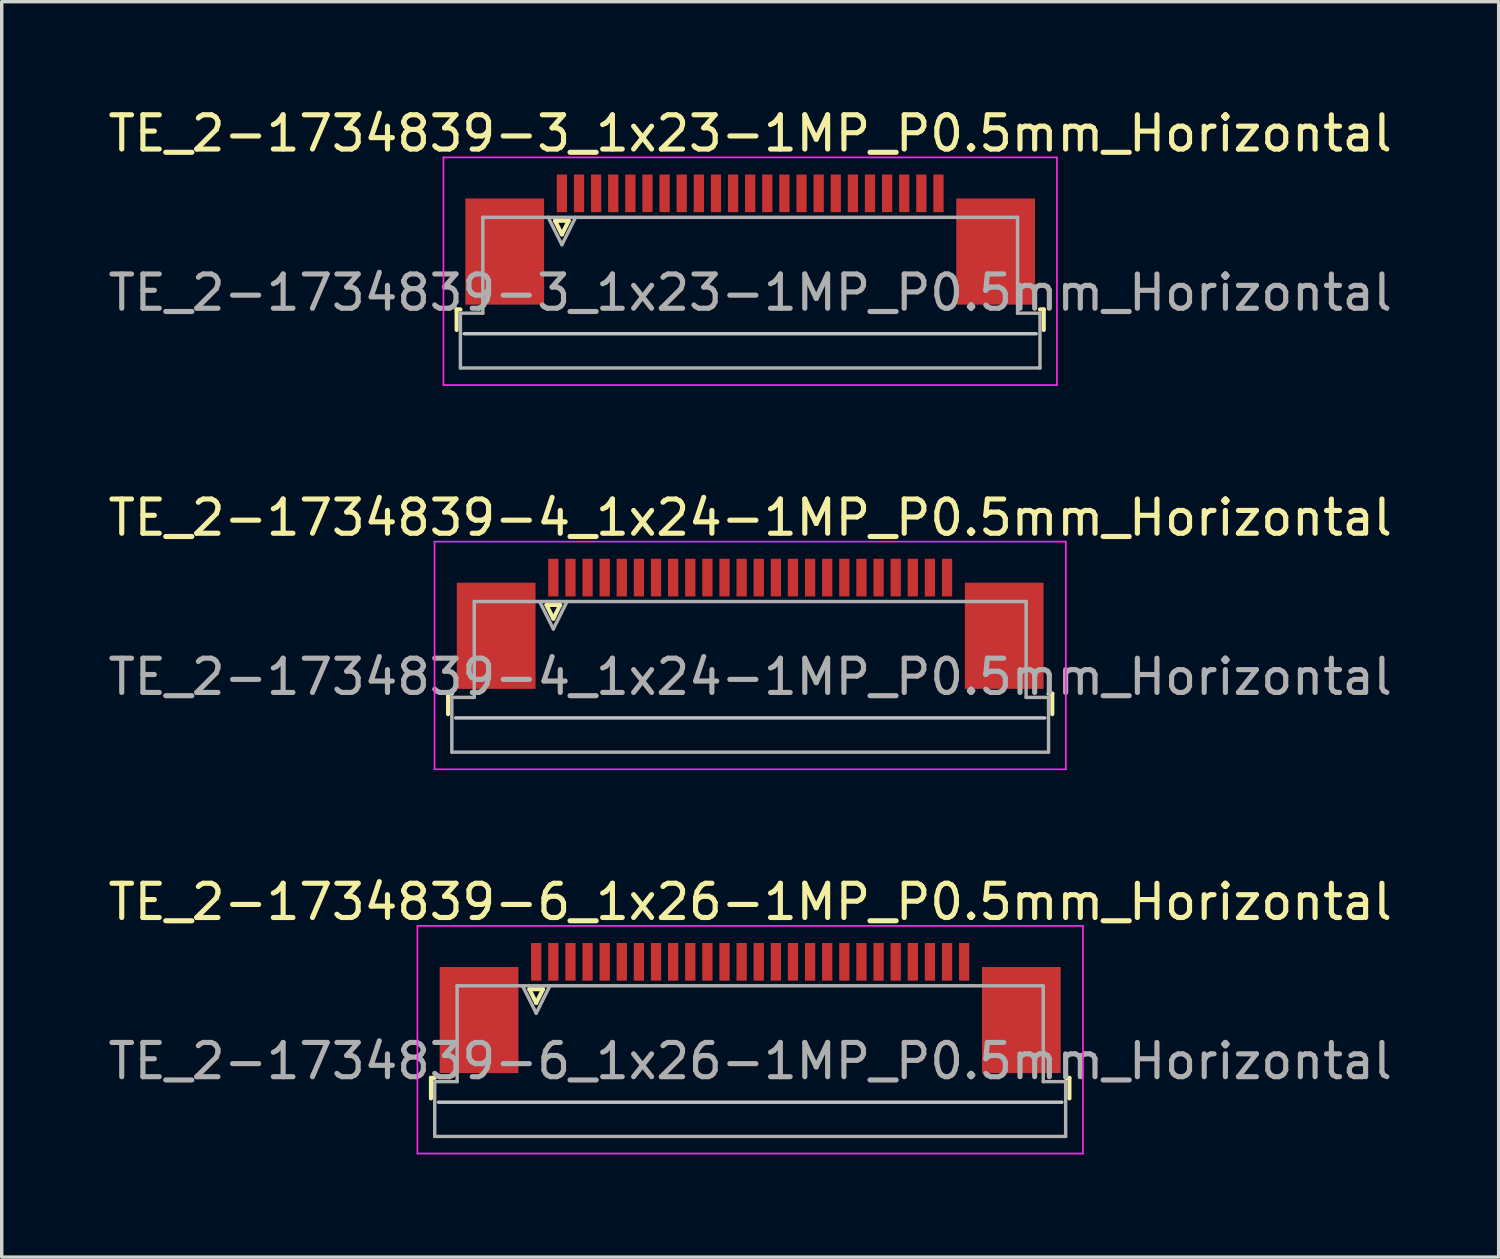
<source format=kicad_pcb>
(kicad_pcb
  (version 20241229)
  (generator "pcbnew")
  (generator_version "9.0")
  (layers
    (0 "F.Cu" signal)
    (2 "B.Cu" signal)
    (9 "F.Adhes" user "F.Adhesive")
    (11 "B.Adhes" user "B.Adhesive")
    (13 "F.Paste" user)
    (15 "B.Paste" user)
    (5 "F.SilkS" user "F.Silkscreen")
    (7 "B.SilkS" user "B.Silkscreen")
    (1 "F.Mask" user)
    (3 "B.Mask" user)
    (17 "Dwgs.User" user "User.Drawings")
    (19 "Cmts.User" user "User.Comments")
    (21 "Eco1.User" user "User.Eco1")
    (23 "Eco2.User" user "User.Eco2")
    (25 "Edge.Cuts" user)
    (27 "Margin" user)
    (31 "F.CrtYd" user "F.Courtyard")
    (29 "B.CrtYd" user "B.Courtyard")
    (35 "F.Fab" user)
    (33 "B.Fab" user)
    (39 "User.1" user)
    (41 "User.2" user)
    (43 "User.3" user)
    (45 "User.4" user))
  (footprint "TE_2-1734839-6_1x26-1MP_P0.5mm_Horizontal"
    (layer "F.Cu")
    (at 18.863 26.395)
    (property "Reference" "TE_2-1734839-6_1x26-1MP_P0.5mm_Horizontal" (at 0 -3.1 0) (layer "F.SilkS") (effects (font (size 1 1) (thickness 0.15))))
    (attr smd)
    (fp_line (start -9.325 2.04) (end -9.325 2.64) (stroke (width 0.12) (type solid)) (layer "F.SilkS"))
    (fp_line (start -9.215 2.04) (end -9.325 2.04) (stroke (width 0.12) (type solid)) (layer "F.SilkS"))
    (fp_line (start -6.45 -0.55) (end -6.25 -0.15) (stroke (width 0.12) (type solid)) (layer "F.SilkS"))
    (fp_line (start -6.25 -0.15) (end -6.05 -0.55) (stroke (width 0.12) (type solid)) (layer "F.SilkS"))
    (fp_line (start -6.05 -0.55) (end -6.45 -0.55) (stroke (width 0.12) (type solid)) (layer "F.SilkS"))
    (fp_line (start 9.215 2.04) (end 9.325 2.04) (stroke (width 0.12) (type solid)) (layer "F.SilkS"))
    (fp_line (start 9.325 2.04) (end 9.325 2.64) (stroke (width 0.12) (type solid)) (layer "F.SilkS"))
    (fp_line (start 9.105 2.75) (end -9.105 2.75) (stroke (width 0.1) (type solid)) (layer "Dwgs.User"))
    (fp_line (start -9.72 -2.4) (end -9.72 4.25) (stroke (width 0.05) (type solid)) (layer "F.CrtYd"))
    (fp_line (start -9.72 4.25) (end 9.72 4.25) (stroke (width 0.05) (type solid)) (layer "F.CrtYd"))
    (fp_line (start 9.72 -2.4) (end -9.72 -2.4) (stroke (width 0.05) (type solid)) (layer "F.CrtYd"))
    (fp_line (start 9.72 4.25) (end 9.72 -2.4) (stroke (width 0.05) (type solid)) (layer "F.CrtYd"))
    (fp_line (start -9.215 2.15) (end -8.56 2.15) (stroke (width 0.1) (type solid)) (layer "F.Fab"))
    (fp_line (start -9.215 3.75) (end -9.215 2.15) (stroke (width 0.1) (type solid)) (layer "F.Fab"))
    (fp_line (start -8.56 -0.65) (end 8.56 -0.65) (stroke (width 0.1) (type solid)) (layer "F.Fab"))
    (fp_line (start -8.56 2.15) (end -8.56 -0.65) (stroke (width 0.1) (type solid)) (layer "F.Fab"))
    (fp_line (start -6.65 -0.65) (end -6.25 0.15) (stroke (width 0.1) (type solid)) (layer "F.Fab"))
    (fp_line (start -6.25 0.15) (end -5.85 -0.65) (stroke (width 0.1) (type solid)) (layer "F.Fab"))
    (fp_line (start 8.56 -0.65) (end 8.56 2.15) (stroke (width 0.1) (type solid)) (layer "F.Fab"))
    (fp_line (start 8.56 2.15) (end 9.215 2.15) (stroke (width 0.1) (type solid)) (layer "F.Fab"))
    (fp_line (start 9.215 2.15) (end 9.215 3.75) (stroke (width 0.1) (type solid)) (layer "F.Fab"))
    (fp_line (start 9.215 3.75) (end -9.215 3.75) (stroke (width 0.1) (type solid)) (layer "F.Fab"))
    (fp_text user "${REFERENCE}" (at 0 1.55 0) (layer "F.Fab") (effects (font (size 1 1) (thickness 0.15))))
    (pad "1" smd rect (at -6.25 -1.35) (size 0.3 1.1) (layers "F.Cu" "F.Mask" "F.Paste"))
    (pad "2" smd rect (at -5.75 -1.35) (size 0.3 1.1) (layers "F.Cu" "F.Mask" "F.Paste"))
    (pad "3" smd rect (at -5.25 -1.35) (size 0.3 1.1) (layers "F.Cu" "F.Mask" "F.Paste"))
    (pad "4" smd rect (at -4.75 -1.35) (size 0.3 1.1) (layers "F.Cu" "F.Mask" "F.Paste"))
    (pad "5" smd rect (at -4.25 -1.35) (size 0.3 1.1) (layers "F.Cu" "F.Mask" "F.Paste"))
    (pad "6" smd rect (at -3.75 -1.35) (size 0.3 1.1) (layers "F.Cu" "F.Mask" "F.Paste"))
    (pad "7" smd rect (at -3.25 -1.35) (size 0.3 1.1) (layers "F.Cu" "F.Mask" "F.Paste"))
    (pad "8" smd rect (at -2.75 -1.35) (size 0.3 1.1) (layers "F.Cu" "F.Mask" "F.Paste"))
    (pad "9" smd rect (at -2.25 -1.35) (size 0.3 1.1) (layers "F.Cu" "F.Mask" "F.Paste"))
    (pad "10" smd rect (at -1.75 -1.35) (size 0.3 1.1) (layers "F.Cu" "F.Mask" "F.Paste"))
    (pad "11" smd rect (at -1.25 -1.35) (size 0.3 1.1) (layers "F.Cu" "F.Mask" "F.Paste"))
    (pad "12" smd rect (at -0.75 -1.35) (size 0.3 1.1) (layers "F.Cu" "F.Mask" "F.Paste"))
    (pad "13" smd rect (at -0.25 -1.35) (size 0.3 1.1) (layers "F.Cu" "F.Mask" "F.Paste"))
    (pad "14" smd rect (at 0.25 -1.35) (size 0.3 1.1) (layers "F.Cu" "F.Mask" "F.Paste"))
    (pad "15" smd rect (at 0.75 -1.35) (size 0.3 1.1) (layers "F.Cu" "F.Mask" "F.Paste"))
    (pad "16" smd rect (at 1.25 -1.35) (size 0.3 1.1) (layers "F.Cu" "F.Mask" "F.Paste"))
    (pad "17" smd rect (at 1.75 -1.35) (size 0.3 1.1) (layers "F.Cu" "F.Mask" "F.Paste"))
    (pad "18" smd rect (at 2.25 -1.35) (size 0.3 1.1) (layers "F.Cu" "F.Mask" "F.Paste"))
    (pad "19" smd rect (at 2.75 -1.35) (size 0.3 1.1) (layers "F.Cu" "F.Mask" "F.Paste"))
    (pad "20" smd rect (at 3.25 -1.35) (size 0.3 1.1) (layers "F.Cu" "F.Mask" "F.Paste"))
    (pad "21" smd rect (at 3.75 -1.35) (size 0.3 1.1) (layers "F.Cu" "F.Mask" "F.Paste"))
    (pad "22" smd rect (at 4.25 -1.35) (size 0.3 1.1) (layers "F.Cu" "F.Mask" "F.Paste"))
    (pad "23" smd rect (at 4.75 -1.35) (size 0.3 1.1) (layers "F.Cu" "F.Mask" "F.Paste"))
    (pad "24" smd rect (at 5.25 -1.35) (size 0.3 1.1) (layers "F.Cu" "F.Mask" "F.Paste"))
    (pad "25" smd rect (at 5.75 -1.35) (size 0.3 1.1) (layers "F.Cu" "F.Mask" "F.Paste"))
    (pad "26" smd rect (at 6.25 -1.35) (size 0.3 1.1) (layers "F.Cu" "F.Mask" "F.Paste"))
    (pad "MP" smd rect (at -7.92 0.35) (size 2.3 3.1) (layers "F.Cu" "F.Mask" "F.Paste"))
    (pad "MP" smd rect (at 7.92 0.35) (size 2.3 3.1) (layers "F.Cu" "F.Mask" "F.Paste")))
  (footprint "TE_2-1734839-4_1x24-1MP_P0.5mm_Horizontal"
    (layer "F.Cu")
    (at 18.863 15.171)
    (property "Reference" "TE_2-1734839-4_1x24-1MP_P0.5mm_Horizontal" (at 0 -3.1 0) (layer "F.SilkS") (effects (font (size 1 1) (thickness 0.15))))
    (attr smd)
    (fp_line (start -8.825 2.04) (end -8.825 2.64) (stroke (width 0.12) (type solid)) (layer "F.SilkS"))
    (fp_line (start -8.715 2.04) (end -8.825 2.04) (stroke (width 0.12) (type solid)) (layer "F.SilkS"))
    (fp_line (start -5.95 -0.55) (end -5.75 -0.15) (stroke (width 0.12) (type solid)) (layer "F.SilkS"))
    (fp_line (start -5.75 -0.15) (end -5.55 -0.55) (stroke (width 0.12) (type solid)) (layer "F.SilkS"))
    (fp_line (start -5.55 -0.55) (end -5.95 -0.55) (stroke (width 0.12) (type solid)) (layer "F.SilkS"))
    (fp_line (start 8.715 2.04) (end 8.825 2.04) (stroke (width 0.12) (type solid)) (layer "F.SilkS"))
    (fp_line (start 8.825 2.04) (end 8.825 2.64) (stroke (width 0.12) (type solid)) (layer "F.SilkS"))
    (fp_line (start 8.605 2.75) (end -8.605 2.75) (stroke (width 0.1) (type solid)) (layer "Dwgs.User"))
    (fp_line (start -9.22 -2.4) (end -9.22 4.25) (stroke (width 0.05) (type solid)) (layer "F.CrtYd"))
    (fp_line (start -9.22 4.25) (end 9.22 4.25) (stroke (width 0.05) (type solid)) (layer "F.CrtYd"))
    (fp_line (start 9.22 -2.4) (end -9.22 -2.4) (stroke (width 0.05) (type solid)) (layer "F.CrtYd"))
    (fp_line (start 9.22 4.25) (end 9.22 -2.4) (stroke (width 0.05) (type solid)) (layer "F.CrtYd"))
    (fp_line (start -8.715 2.15) (end -8.06 2.15) (stroke (width 0.1) (type solid)) (layer "F.Fab"))
    (fp_line (start -8.715 3.75) (end -8.715 2.15) (stroke (width 0.1) (type solid)) (layer "F.Fab"))
    (fp_line (start -8.06 -0.65) (end 8.06 -0.65) (stroke (width 0.1) (type solid)) (layer "F.Fab"))
    (fp_line (start -8.06 2.15) (end -8.06 -0.65) (stroke (width 0.1) (type solid)) (layer "F.Fab"))
    (fp_line (start -6.15 -0.65) (end -5.75 0.15) (stroke (width 0.1) (type solid)) (layer "F.Fab"))
    (fp_line (start -5.75 0.15) (end -5.35 -0.65) (stroke (width 0.1) (type solid)) (layer "F.Fab"))
    (fp_line (start 8.06 -0.65) (end 8.06 2.15) (stroke (width 0.1) (type solid)) (layer "F.Fab"))
    (fp_line (start 8.06 2.15) (end 8.715 2.15) (stroke (width 0.1) (type solid)) (layer "F.Fab"))
    (fp_line (start 8.715 2.15) (end 8.715 3.75) (stroke (width 0.1) (type solid)) (layer "F.Fab"))
    (fp_line (start 8.715 3.75) (end -8.715 3.75) (stroke (width 0.1) (type solid)) (layer "F.Fab"))
    (fp_text user "${REFERENCE}" (at 0 1.55 0) (layer "F.Fab") (effects (font (size 1 1) (thickness 0.15))))
    (pad "1" smd rect (at -5.75 -1.35) (size 0.3 1.1) (layers "F.Cu" "F.Mask" "F.Paste"))
    (pad "2" smd rect (at -5.25 -1.35) (size 0.3 1.1) (layers "F.Cu" "F.Mask" "F.Paste"))
    (pad "3" smd rect (at -4.75 -1.35) (size 0.3 1.1) (layers "F.Cu" "F.Mask" "F.Paste"))
    (pad "4" smd rect (at -4.25 -1.35) (size 0.3 1.1) (layers "F.Cu" "F.Mask" "F.Paste"))
    (pad "5" smd rect (at -3.75 -1.35) (size 0.3 1.1) (layers "F.Cu" "F.Mask" "F.Paste"))
    (pad "6" smd rect (at -3.25 -1.35) (size 0.3 1.1) (layers "F.Cu" "F.Mask" "F.Paste"))
    (pad "7" smd rect (at -2.75 -1.35) (size 0.3 1.1) (layers "F.Cu" "F.Mask" "F.Paste"))
    (pad "8" smd rect (at -2.25 -1.35) (size 0.3 1.1) (layers "F.Cu" "F.Mask" "F.Paste"))
    (pad "9" smd rect (at -1.75 -1.35) (size 0.3 1.1) (layers "F.Cu" "F.Mask" "F.Paste"))
    (pad "10" smd rect (at -1.25 -1.35) (size 0.3 1.1) (layers "F.Cu" "F.Mask" "F.Paste"))
    (pad "11" smd rect (at -0.75 -1.35) (size 0.3 1.1) (layers "F.Cu" "F.Mask" "F.Paste"))
    (pad "12" smd rect (at -0.25 -1.35) (size 0.3 1.1) (layers "F.Cu" "F.Mask" "F.Paste"))
    (pad "13" smd rect (at 0.25 -1.35) (size 0.3 1.1) (layers "F.Cu" "F.Mask" "F.Paste"))
    (pad "14" smd rect (at 0.75 -1.35) (size 0.3 1.1) (layers "F.Cu" "F.Mask" "F.Paste"))
    (pad "15" smd rect (at 1.25 -1.35) (size 0.3 1.1) (layers "F.Cu" "F.Mask" "F.Paste"))
    (pad "16" smd rect (at 1.75 -1.35) (size 0.3 1.1) (layers "F.Cu" "F.Mask" "F.Paste"))
    (pad "17" smd rect (at 2.25 -1.35) (size 0.3 1.1) (layers "F.Cu" "F.Mask" "F.Paste"))
    (pad "18" smd rect (at 2.75 -1.35) (size 0.3 1.1) (layers "F.Cu" "F.Mask" "F.Paste"))
    (pad "19" smd rect (at 3.25 -1.35) (size 0.3 1.1) (layers "F.Cu" "F.Mask" "F.Paste"))
    (pad "20" smd rect (at 3.75 -1.35) (size 0.3 1.1) (layers "F.Cu" "F.Mask" "F.Paste"))
    (pad "21" smd rect (at 4.25 -1.35) (size 0.3 1.1) (layers "F.Cu" "F.Mask" "F.Paste"))
    (pad "22" smd rect (at 4.75 -1.35) (size 0.3 1.1) (layers "F.Cu" "F.Mask" "F.Paste"))
    (pad "23" smd rect (at 5.25 -1.35) (size 0.3 1.1) (layers "F.Cu" "F.Mask" "F.Paste"))
    (pad "24" smd rect (at 5.75 -1.35) (size 0.3 1.1) (layers "F.Cu" "F.Mask" "F.Paste"))
    (pad "MP" smd rect (at -7.42 0.35) (size 2.3 3.1) (layers "F.Cu" "F.Mask" "F.Paste"))
    (pad "MP" smd rect (at 7.42 0.35) (size 2.3 3.1) (layers "F.Cu" "F.Mask" "F.Paste")))
  (footprint "TE_2-1734839-3_1x23-1MP_P0.5mm_Horizontal"
    (layer "F.Cu")
    (at 18.863 3.948)
    (property "Reference" "TE_2-1734839-3_1x23-1MP_P0.5mm_Horizontal" (at 0 -3.1 0) (layer "F.SilkS") (effects (font (size 1 1) (thickness 0.15))))
    (attr smd)
    (fp_line (start -8.575 2.04) (end -8.575 2.64) (stroke (width 0.12) (type solid)) (layer "F.SilkS"))
    (fp_line (start -8.465 2.04) (end -8.575 2.04) (stroke (width 0.12) (type solid)) (layer "F.SilkS"))
    (fp_line (start -5.7 -0.55) (end -5.5 -0.15) (stroke (width 0.12) (type solid)) (layer "F.SilkS"))
    (fp_line (start -5.5 -0.15) (end -5.3 -0.55) (stroke (width 0.12) (type solid)) (layer "F.SilkS"))
    (fp_line (start -5.3 -0.55) (end -5.7 -0.55) (stroke (width 0.12) (type solid)) (layer "F.SilkS"))
    (fp_line (start 8.465 2.04) (end 8.575 2.04) (stroke (width 0.12) (type solid)) (layer "F.SilkS"))
    (fp_line (start 8.575 2.04) (end 8.575 2.64) (stroke (width 0.12) (type solid)) (layer "F.SilkS"))
    (fp_line (start 8.355 2.75) (end -8.355 2.75) (stroke (width 0.1) (type solid)) (layer "Dwgs.User"))
    (fp_line (start -8.96 -2.4) (end -8.96 4.25) (stroke (width 0.05) (type solid)) (layer "F.CrtYd"))
    (fp_line (start -8.96 4.25) (end 8.96 4.25) (stroke (width 0.05) (type solid)) (layer "F.CrtYd"))
    (fp_line (start 8.96 -2.4) (end -8.96 -2.4) (stroke (width 0.05) (type solid)) (layer "F.CrtYd"))
    (fp_line (start 8.96 4.25) (end 8.96 -2.4) (stroke (width 0.05) (type solid)) (layer "F.CrtYd"))
    (fp_line (start -8.465 2.15) (end -7.81 2.15) (stroke (width 0.1) (type solid)) (layer "F.Fab"))
    (fp_line (start -8.465 3.75) (end -8.465 2.15) (stroke (width 0.1) (type solid)) (layer "F.Fab"))
    (fp_line (start -7.81 -0.65) (end 7.81 -0.65) (stroke (width 0.1) (type solid)) (layer "F.Fab"))
    (fp_line (start -7.81 2.15) (end -7.81 -0.65) (stroke (width 0.1) (type solid)) (layer "F.Fab"))
    (fp_line (start -5.9 -0.65) (end -5.5 0.15) (stroke (width 0.1) (type solid)) (layer "F.Fab"))
    (fp_line (start -5.5 0.15) (end -5.1 -0.65) (stroke (width 0.1) (type solid)) (layer "F.Fab"))
    (fp_line (start 7.81 -0.65) (end 7.81 2.15) (stroke (width 0.1) (type solid)) (layer "F.Fab"))
    (fp_line (start 7.81 2.15) (end 8.465 2.15) (stroke (width 0.1) (type solid)) (layer "F.Fab"))
    (fp_line (start 8.465 2.15) (end 8.465 3.75) (stroke (width 0.1) (type solid)) (layer "F.Fab"))
    (fp_line (start 8.465 3.75) (end -8.465 3.75) (stroke (width 0.1) (type solid)) (layer "F.Fab"))
    (fp_text user "${REFERENCE}" (at 0 1.55 0) (layer "F.Fab") (effects (font (size 1 1) (thickness 0.15))))
    (pad "1" smd rect (at -5.5 -1.35) (size 0.3 1.1) (layers "F.Cu" "F.Mask" "F.Paste"))
    (pad "2" smd rect (at -5 -1.35) (size 0.3 1.1) (layers "F.Cu" "F.Mask" "F.Paste"))
    (pad "3" smd rect (at -4.5 -1.35) (size 0.3 1.1) (layers "F.Cu" "F.Mask" "F.Paste"))
    (pad "4" smd rect (at -4 -1.35) (size 0.3 1.1) (layers "F.Cu" "F.Mask" "F.Paste"))
    (pad "5" smd rect (at -3.5 -1.35) (size 0.3 1.1) (layers "F.Cu" "F.Mask" "F.Paste"))
    (pad "6" smd rect (at -3 -1.35) (size 0.3 1.1) (layers "F.Cu" "F.Mask" "F.Paste"))
    (pad "7" smd rect (at -2.5 -1.35) (size 0.3 1.1) (layers "F.Cu" "F.Mask" "F.Paste"))
    (pad "8" smd rect (at -2 -1.35) (size 0.3 1.1) (layers "F.Cu" "F.Mask" "F.Paste"))
    (pad "9" smd rect (at -1.5 -1.35) (size 0.3 1.1) (layers "F.Cu" "F.Mask" "F.Paste"))
    (pad "10" smd rect (at -1 -1.35) (size 0.3 1.1) (layers "F.Cu" "F.Mask" "F.Paste"))
    (pad "11" smd rect (at -0.5 -1.35) (size 0.3 1.1) (layers "F.Cu" "F.Mask" "F.Paste"))
    (pad "12" smd rect (at 0 -1.35) (size 0.3 1.1) (layers "F.Cu" "F.Mask" "F.Paste"))
    (pad "13" smd rect (at 0.5 -1.35) (size 0.3 1.1) (layers "F.Cu" "F.Mask" "F.Paste"))
    (pad "14" smd rect (at 1 -1.35) (size 0.3 1.1) (layers "F.Cu" "F.Mask" "F.Paste"))
    (pad "15" smd rect (at 1.5 -1.35) (size 0.3 1.1) (layers "F.Cu" "F.Mask" "F.Paste"))
    (pad "16" smd rect (at 2 -1.35) (size 0.3 1.1) (layers "F.Cu" "F.Mask" "F.Paste"))
    (pad "17" smd rect (at 2.5 -1.35) (size 0.3 1.1) (layers "F.Cu" "F.Mask" "F.Paste"))
    (pad "18" smd rect (at 3 -1.35) (size 0.3 1.1) (layers "F.Cu" "F.Mask" "F.Paste"))
    (pad "19" smd rect (at 3.5 -1.35) (size 0.3 1.1) (layers "F.Cu" "F.Mask" "F.Paste"))
    (pad "20" smd rect (at 4 -1.35) (size 0.3 1.1) (layers "F.Cu" "F.Mask" "F.Paste"))
    (pad "21" smd rect (at 4.5 -1.35) (size 0.3 1.1) (layers "F.Cu" "F.Mask" "F.Paste"))
    (pad "22" smd rect (at 5 -1.35) (size 0.3 1.1) (layers "F.Cu" "F.Mask" "F.Paste"))
    (pad "23" smd rect (at 5.5 -1.35) (size 0.3 1.1) (layers "F.Cu" "F.Mask" "F.Paste"))
    (pad "MP" smd rect (at -7.17 0.35) (size 2.3 3.1) (layers "F.Cu" "F.Mask" "F.Paste"))
    (pad "MP" smd rect (at 7.17 0.35) (size 2.3 3.1) (layers "F.Cu" "F.Mask" "F.Paste")))
  (gr_rect
    (start -3 -3)
    (end 40.726 33.67)
    (stroke (width 0.1) (type default))
    (fill no)
    (layer "Edge.Cuts")))
</source>
